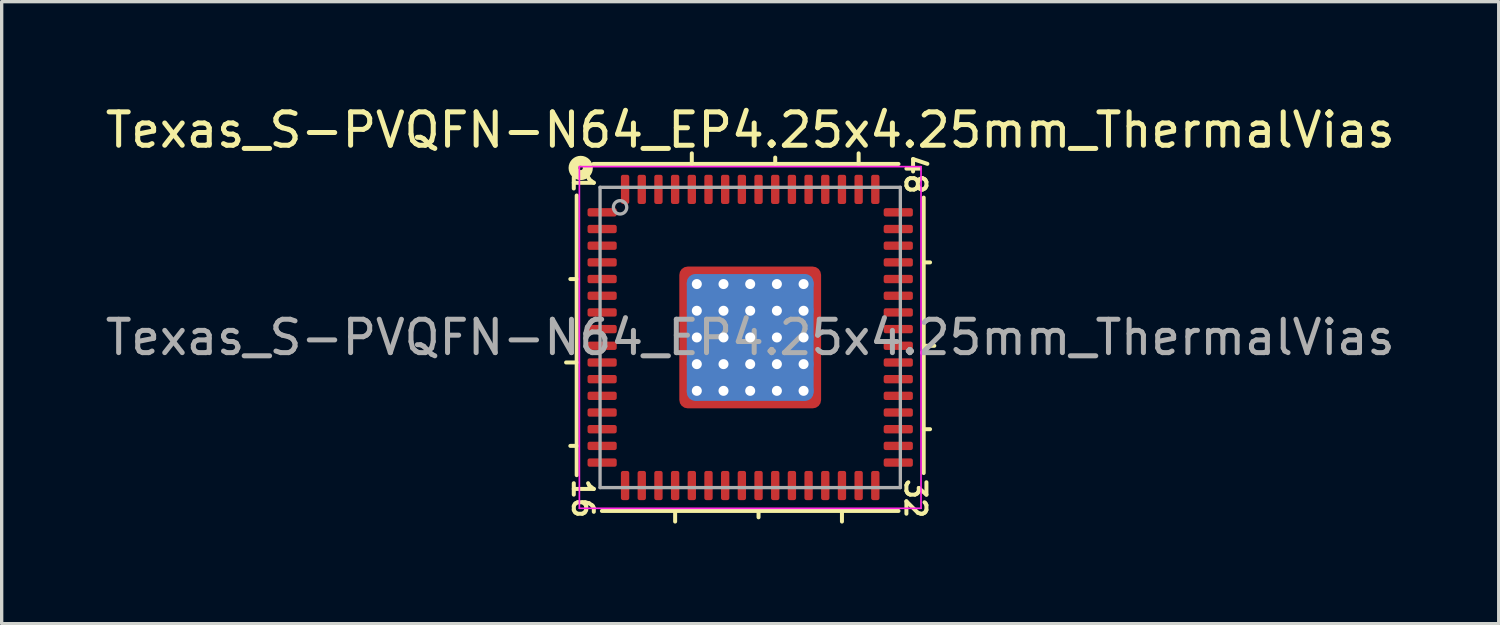
<source format=kicad_pcb>
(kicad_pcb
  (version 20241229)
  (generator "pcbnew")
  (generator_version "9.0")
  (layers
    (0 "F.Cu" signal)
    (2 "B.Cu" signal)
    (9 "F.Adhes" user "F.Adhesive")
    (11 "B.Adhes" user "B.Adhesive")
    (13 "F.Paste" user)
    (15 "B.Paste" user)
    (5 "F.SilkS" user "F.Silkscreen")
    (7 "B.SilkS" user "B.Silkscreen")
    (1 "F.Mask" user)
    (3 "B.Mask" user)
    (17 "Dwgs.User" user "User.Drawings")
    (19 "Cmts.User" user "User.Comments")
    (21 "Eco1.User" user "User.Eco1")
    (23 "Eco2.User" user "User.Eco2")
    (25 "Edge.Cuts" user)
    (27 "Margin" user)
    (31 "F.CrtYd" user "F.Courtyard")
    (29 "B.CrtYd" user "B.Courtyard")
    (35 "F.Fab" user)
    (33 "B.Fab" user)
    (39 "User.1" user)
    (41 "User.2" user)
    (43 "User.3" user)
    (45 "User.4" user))
  (footprint "Texas_S-PVQFN-N64_EP4.25x4.25mm_ThermalVias"
    (layer "F.Cu")
    (at 19.435 7.064)
    (property "Reference" "Texas_S-PVQFN-N64_EP4.25x4.25mm_ThermalVias" (at 0 -6.216 0) (layer "F.SilkS") (effects (font (size 1 1) (thickness 0.15))))
    (attr smd)
    (fp_line (start -5.2 -4.255) (end -5.2 4.128) (stroke (width 0.12) (type solid)) (layer "F.SilkS"))
    (fp_line (start -5.2 -1.75) (end -5.391 -1.75) (stroke (width 0.12) (type solid)) (layer "F.SilkS"))
    (fp_line (start -5.2 0.75) (end -5.518 0.75) (stroke (width 0.12) (type solid)) (layer "F.SilkS"))
    (fp_line (start -5.2 3.25) (end -5.391 3.25) (stroke (width 0.12) (type solid)) (layer "F.SilkS"))
    (fp_line (start -4.445 5.2) (end 4.445 5.2) (stroke (width 0.12) (type solid)) (layer "F.SilkS"))
    (fp_line (start -2.25 5.518) (end -2.25 5.2) (stroke (width 0.12) (type solid)) (layer "F.SilkS"))
    (fp_line (start -1.75 -5.2) (end -1.75 -5.518) (stroke (width 0.12) (type solid)) (layer "F.SilkS"))
    (fp_line (start 0.25 5.391) (end 0.25 5.2) (stroke (width 0.12) (type solid)) (layer "F.SilkS"))
    (fp_line (start 0.75 -5.2) (end 0.75 -5.391) (stroke (width 0.12) (type solid)) (layer "F.SilkS"))
    (fp_line (start 2.75 5.518) (end 2.75 5.2) (stroke (width 0.12) (type solid)) (layer "F.SilkS"))
    (fp_line (start 3.25 -5.2) (end 3.25 -5.518) (stroke (width 0.12) (type solid)) (layer "F.SilkS"))
    (fp_line (start 4.445 -5.2) (end -4.699 -5.2) (stroke (width 0.12) (type solid)) (layer "F.SilkS"))
    (fp_line (start 5.2 -2.25) (end 5.391 -2.25) (stroke (width 0.12) (type solid)) (layer "F.SilkS"))
    (fp_line (start 5.2 0.25) (end 5.518 0.25) (stroke (width 0.12) (type solid)) (layer "F.SilkS"))
    (fp_line (start 5.2 2.75) (end 5.391 2.75) (stroke (width 0.12) (type solid)) (layer "F.SilkS"))
    (fp_line (start 5.2 4.064) (end 5.2 -4.191) (stroke (width 0.12) (type solid)) (layer "F.SilkS"))
    (fp_circle (center -5.08 -5.08) (end -5.016 -5.08) (stroke (width 0.3) (type solid)) (fill no) (layer "F.SilkS"))
    (fp_line (start -5.12 -5.12) (end -5.12 5.12) (stroke (width 0.05) (type solid)) (layer "F.CrtYd"))
    (fp_line (start -5.12 5.12) (end 5.12 5.12) (stroke (width 0.05) (type solid)) (layer "F.CrtYd"))
    (fp_line (start 5.12 -5.12) (end -5.12 -5.12) (stroke (width 0.05) (type solid)) (layer "F.CrtYd"))
    (fp_line (start 5.12 5.12) (end 5.12 -5.12) (stroke (width 0.05) (type solid)) (layer "F.CrtYd"))
    (fp_line (start -4.5 -4.5) (end 4.5 -4.5) (stroke (width 0.1) (type solid)) (layer "F.Fab"))
    (fp_line (start -4.5 4.5) (end -4.5 -4.5) (stroke (width 0.1) (type solid)) (layer "F.Fab"))
    (fp_line (start 4.5 -4.5) (end 4.5 4.5) (stroke (width 0.1) (type solid)) (layer "F.Fab"))
    (fp_line (start 4.5 4.5) (end -4.5 4.5) (stroke (width 0.1) (type solid)) (layer "F.Fab"))
    (fp_circle (center -3.9 -3.9) (end -3.7 -3.9) (stroke (width 0.1) (type solid)) (fill no) (layer "F.Fab"))
    (fp_text user "1" (at -5.016 -4.636 270) (unlocked yes) (layer "F.SilkS") (effects (font (size 0.6 0.6) (thickness 0.12))))
    (fp_text user "32" (at 4.953 4.826 270) (unlocked yes) (layer "F.SilkS") (effects (font (size 0.6 0.6) (thickness 0.12))))
    (fp_text user "16" (at -5.016 4.826 270) (unlocked yes) (layer "F.SilkS") (effects (font (size 0.6 0.6) (thickness 0.12))))
    (fp_text user "48" (at 4.953 -4.889 270) (unlocked yes) (layer "F.SilkS") (effects (font (size 0.6 0.6) (thickness 0.12))))
    (fp_text user "${REFERENCE}" (at 0 0 0) (layer "F.Fab") (effects (font (size 1 1) (thickness 0.15))))
    (pad "" smd custom (at -1.863 -1.863) (size 0.295 0.295) (layers "F.Paste") (options (anchor circle)) (primitives (gr_poly (pts (xy 0.106 -0.013) (xy -0.013 0.106) (xy -0.106 0.106) (xy -0.106 -0.106) (xy 0.106 -0.106)) (width 0.212) (fill yes))))
    (pad "" smd custom (at -1.863 -1.2) (size 0.314 0.314) (layers "F.Paste") (options (anchor circle)) (primitives (gr_poly (pts (xy 0.106 -0.124) (xy 0.106 0.124) (xy 0.013 0.217) (xy -0.106 0.217) (xy -0.106 -0.217) (xy 0.013 -0.217)) (width 0.212) (fill yes))))
    (pad "" smd custom (at -1.863 -0.4) (size 0.314 0.314) (layers "F.Paste") (options (anchor circle)) (primitives (gr_poly (pts (xy 0.106 -0.124) (xy 0.106 0.124) (xy 0.013 0.217) (xy -0.106 0.217) (xy -0.106 -0.217) (xy 0.013 -0.217)) (width 0.212) (fill yes))))
    (pad "" smd custom (at -1.863 0.4) (size 0.314 0.314) (layers "F.Paste") (options (anchor circle)) (primitives (gr_poly (pts (xy 0.106 -0.124) (xy 0.106 0.124) (xy 0.013 0.217) (xy -0.106 0.217) (xy -0.106 -0.217) (xy 0.013 -0.217)) (width 0.212) (fill yes))))
    (pad "" smd custom (at -1.863 1.2) (size 0.314 0.314) (layers "F.Paste") (options (anchor circle)) (primitives (gr_poly (pts (xy 0.106 -0.124) (xy 0.106 0.124) (xy 0.013 0.217) (xy -0.106 0.217) (xy -0.106 -0.217) (xy 0.013 -0.217)) (width 0.212) (fill yes))))
    (pad "" smd custom (at -1.863 1.863) (size 0.295 0.295) (layers "F.Paste") (options (anchor circle)) (primitives (gr_poly (pts (xy 0.106 0.013) (xy 0.106 0.106) (xy -0.106 0.106) (xy -0.106 -0.106) (xy -0.013 -0.106)) (width 0.212) (fill yes))))
    (pad "" smd custom (at -1.2 -1.863) (size 0.314 0.314) (layers "F.Paste") (options (anchor circle)) (primitives (gr_poly (pts (xy 0.217 0.013) (xy 0.124 0.106) (xy -0.124 0.106) (xy -0.217 0.013) (xy -0.217 -0.106) (xy 0.217 -0.106)) (width 0.212) (fill yes))))
    (pad "" smd custom (at -1.2 -1.2) (size 0.555 0.555) (layers "F.Paste") (options (anchor circle)) (primitives (gr_poly (pts (xy 0.232 -0.157) (xy 0.232 0.157) (xy 0.157 0.232) (xy -0.157 0.232) (xy -0.232 0.157) (xy -0.232 -0.157) (xy -0.157 -0.232) (xy 0.157 -0.232)) (width 0.181) (fill yes))))
    (pad "" smd custom (at -1.2 -0.4) (size 0.555 0.555) (layers "F.Paste") (options (anchor circle)) (primitives (gr_poly (pts (xy 0.232 -0.157) (xy 0.232 0.157) (xy 0.157 0.232) (xy -0.157 0.232) (xy -0.232 0.157) (xy -0.232 -0.157) (xy -0.157 -0.232) (xy 0.157 -0.232)) (width 0.181) (fill yes))))
    (pad "" smd custom (at -1.2 0.4) (size 0.555 0.555) (layers "F.Paste") (options (anchor circle)) (primitives (gr_poly (pts (xy 0.232 -0.157) (xy 0.232 0.157) (xy 0.157 0.232) (xy -0.157 0.232) (xy -0.232 0.157) (xy -0.232 -0.157) (xy -0.157 -0.232) (xy 0.157 -0.232)) (width 0.181) (fill yes))))
    (pad "" smd custom (at -1.2 1.2) (size 0.555 0.555) (layers "F.Paste") (options (anchor circle)) (primitives (gr_poly (pts (xy 0.232 -0.157) (xy 0.232 0.157) (xy 0.157 0.232) (xy -0.157 0.232) (xy -0.232 0.157) (xy -0.232 -0.157) (xy -0.157 -0.232) (xy 0.157 -0.232)) (width 0.181) (fill yes))))
    (pad "" smd custom (at -1.2 1.863) (size 0.314 0.314) (layers "F.Paste") (options (anchor circle)) (primitives (gr_poly (pts (xy 0.217 -0.013) (xy 0.217 0.106) (xy -0.217 0.106) (xy -0.217 -0.013) (xy -0.124 -0.106) (xy 0.124 -0.106)) (width 0.212) (fill yes))))
    (pad "" smd custom (at -0.4 -1.863) (size 0.314 0.314) (layers "F.Paste") (options (anchor circle)) (primitives (gr_poly (pts (xy 0.217 0.013) (xy 0.124 0.106) (xy -0.124 0.106) (xy -0.217 0.013) (xy -0.217 -0.106) (xy 0.217 -0.106)) (width 0.212) (fill yes))))
    (pad "" smd custom (at -0.4 -1.2) (size 0.555 0.555) (layers "F.Paste") (options (anchor circle)) (primitives (gr_poly (pts (xy 0.232 -0.157) (xy 0.232 0.157) (xy 0.157 0.232) (xy -0.157 0.232) (xy -0.232 0.157) (xy -0.232 -0.157) (xy -0.157 -0.232) (xy 0.157 -0.232)) (width 0.181) (fill yes))))
    (pad "" smd custom (at -0.4 -0.4) (size 0.555 0.555) (layers "F.Paste") (options (anchor circle)) (primitives (gr_poly (pts (xy 0.232 -0.157) (xy 0.232 0.157) (xy 0.157 0.232) (xy -0.157 0.232) (xy -0.232 0.157) (xy -0.232 -0.157) (xy -0.157 -0.232) (xy 0.157 -0.232)) (width 0.181) (fill yes))))
    (pad "" smd custom (at -0.4 0.4) (size 0.555 0.555) (layers "F.Paste") (options (anchor circle)) (primitives (gr_poly (pts (xy 0.232 -0.157) (xy 0.232 0.157) (xy 0.157 0.232) (xy -0.157 0.232) (xy -0.232 0.157) (xy -0.232 -0.157) (xy -0.157 -0.232) (xy 0.157 -0.232)) (width 0.181) (fill yes))))
    (pad "" smd custom (at -0.4 1.2) (size 0.555 0.555) (layers "F.Paste") (options (anchor circle)) (primitives (gr_poly (pts (xy 0.232 -0.157) (xy 0.232 0.157) (xy 0.157 0.232) (xy -0.157 0.232) (xy -0.232 0.157) (xy -0.232 -0.157) (xy -0.157 -0.232) (xy 0.157 -0.232)) (width 0.181) (fill yes))))
    (pad "" smd custom (at -0.4 1.863) (size 0.314 0.314) (layers "F.Paste") (options (anchor circle)) (primitives (gr_poly (pts (xy 0.217 -0.013) (xy 0.217 0.106) (xy -0.217 0.106) (xy -0.217 -0.013) (xy -0.124 -0.106) (xy 0.124 -0.106)) (width 0.212) (fill yes))))
    (pad "" smd custom (at 0.4 -1.863) (size 0.314 0.314) (layers "F.Paste") (options (anchor circle)) (primitives (gr_poly (pts (xy 0.217 0.013) (xy 0.124 0.106) (xy -0.124 0.106) (xy -0.217 0.013) (xy -0.217 -0.106) (xy 0.217 -0.106)) (width 0.212) (fill yes))))
    (pad "" smd custom (at 0.4 -1.2) (size 0.555 0.555) (layers "F.Paste") (options (anchor circle)) (primitives (gr_poly (pts (xy 0.232 -0.157) (xy 0.232 0.157) (xy 0.157 0.232) (xy -0.157 0.232) (xy -0.232 0.157) (xy -0.232 -0.157) (xy -0.157 -0.232) (xy 0.157 -0.232)) (width 0.181) (fill yes))))
    (pad "" smd custom (at 0.4 -0.4) (size 0.555 0.555) (layers "F.Paste") (options (anchor circle)) (primitives (gr_poly (pts (xy 0.232 -0.157) (xy 0.232 0.157) (xy 0.157 0.232) (xy -0.157 0.232) (xy -0.232 0.157) (xy -0.232 -0.157) (xy -0.157 -0.232) (xy 0.157 -0.232)) (width 0.181) (fill yes))))
    (pad "" smd custom (at 0.4 0.4) (size 0.555 0.555) (layers "F.Paste") (options (anchor circle)) (primitives (gr_poly (pts (xy 0.232 -0.157) (xy 0.232 0.157) (xy 0.157 0.232) (xy -0.157 0.232) (xy -0.232 0.157) (xy -0.232 -0.157) (xy -0.157 -0.232) (xy 0.157 -0.232)) (width 0.181) (fill yes))))
    (pad "" smd custom (at 0.4 1.2) (size 0.555 0.555) (layers "F.Paste") (options (anchor circle)) (primitives (gr_poly (pts (xy 0.232 -0.157) (xy 0.232 0.157) (xy 0.157 0.232) (xy -0.157 0.232) (xy -0.232 0.157) (xy -0.232 -0.157) (xy -0.157 -0.232) (xy 0.157 -0.232)) (width 0.181) (fill yes))))
    (pad "" smd custom (at 0.4 1.863) (size 0.314 0.314) (layers "F.Paste") (options (anchor circle)) (primitives (gr_poly (pts (xy 0.217 -0.013) (xy 0.217 0.106) (xy -0.217 0.106) (xy -0.217 -0.013) (xy -0.124 -0.106) (xy 0.124 -0.106)) (width 0.212) (fill yes))))
    (pad "" smd custom (at 1.2 -1.863) (size 0.314 0.314) (layers "F.Paste") (options (anchor circle)) (primitives (gr_poly (pts (xy 0.217 0.013) (xy 0.124 0.106) (xy -0.124 0.106) (xy -0.217 0.013) (xy -0.217 -0.106) (xy 0.217 -0.106)) (width 0.212) (fill yes))))
    (pad "" smd custom (at 1.2 -1.2) (size 0.555 0.555) (layers "F.Paste") (options (anchor circle)) (primitives (gr_poly (pts (xy 0.232 -0.157) (xy 0.232 0.157) (xy 0.157 0.232) (xy -0.157 0.232) (xy -0.232 0.157) (xy -0.232 -0.157) (xy -0.157 -0.232) (xy 0.157 -0.232)) (width 0.181) (fill yes))))
    (pad "" smd custom (at 1.2 -0.4) (size 0.555 0.555) (layers "F.Paste") (options (anchor circle)) (primitives (gr_poly (pts (xy 0.232 -0.157) (xy 0.232 0.157) (xy 0.157 0.232) (xy -0.157 0.232) (xy -0.232 0.157) (xy -0.232 -0.157) (xy -0.157 -0.232) (xy 0.157 -0.232)) (width 0.181) (fill yes))))
    (pad "" smd custom (at 1.2 0.4) (size 0.555 0.555) (layers "F.Paste") (options (anchor circle)) (primitives (gr_poly (pts (xy 0.232 -0.157) (xy 0.232 0.157) (xy 0.157 0.232) (xy -0.157 0.232) (xy -0.232 0.157) (xy -0.232 -0.157) (xy -0.157 -0.232) (xy 0.157 -0.232)) (width 0.181) (fill yes))))
    (pad "" smd custom (at 1.2 1.2) (size 0.555 0.555) (layers "F.Paste") (options (anchor circle)) (primitives (gr_poly (pts (xy 0.232 -0.157) (xy 0.232 0.157) (xy 0.157 0.232) (xy -0.157 0.232) (xy -0.232 0.157) (xy -0.232 -0.157) (xy -0.157 -0.232) (xy 0.157 -0.232)) (width 0.181) (fill yes))))
    (pad "" smd custom (at 1.2 1.863) (size 0.314 0.314) (layers "F.Paste") (options (anchor circle)) (primitives (gr_poly (pts (xy 0.217 -0.013) (xy 0.217 0.106) (xy -0.217 0.106) (xy -0.217 -0.013) (xy -0.124 -0.106) (xy 0.124 -0.106)) (width 0.212) (fill yes))))
    (pad "" smd custom (at 1.863 -1.863) (size 0.295 0.295) (layers "F.Paste") (options (anchor circle)) (primitives (gr_poly (pts (xy 0.106 0.106) (xy 0.013 0.106) (xy -0.106 -0.013) (xy -0.106 -0.106) (xy 0.106 -0.106)) (width 0.212) (fill yes))))
    (pad "" smd custom (at 1.863 -1.2) (size 0.314 0.314) (layers "F.Paste") (options (anchor circle)) (primitives (gr_poly (pts (xy 0.106 0.217) (xy -0.013 0.217) (xy -0.106 0.124) (xy -0.106 -0.124) (xy -0.013 -0.217) (xy 0.106 -0.217)) (width 0.212) (fill yes))))
    (pad "" smd custom (at 1.863 -0.4) (size 0.314 0.314) (layers "F.Paste") (options (anchor circle)) (primitives (gr_poly (pts (xy 0.106 0.217) (xy -0.013 0.217) (xy -0.106 0.124) (xy -0.106 -0.124) (xy -0.013 -0.217) (xy 0.106 -0.217)) (width 0.212) (fill yes))))
    (pad "" smd custom (at 1.863 0.4) (size 0.314 0.314) (layers "F.Paste") (options (anchor circle)) (primitives (gr_poly (pts (xy 0.106 0.217) (xy -0.013 0.217) (xy -0.106 0.124) (xy -0.106 -0.124) (xy -0.013 -0.217) (xy 0.106 -0.217)) (width 0.212) (fill yes))))
    (pad "" smd custom (at 1.863 1.2) (size 0.314 0.314) (layers "F.Paste") (options (anchor circle)) (primitives (gr_poly (pts (xy 0.106 0.217) (xy -0.013 0.217) (xy -0.106 0.124) (xy -0.106 -0.124) (xy -0.013 -0.217) (xy 0.106 -0.217)) (width 0.212) (fill yes))))
    (pad "" smd custom (at 1.863 1.863) (size 0.295 0.295) (layers "F.Paste") (options (anchor circle)) (primitives (gr_poly (pts (xy 0.106 0.106) (xy -0.106 0.106) (xy -0.106 0.013) (xy 0.013 -0.106) (xy 0.106 -0.106)) (width 0.212) (fill yes))))
    (pad "1" smd roundrect (at -4.438 -3.75) (size 0.875 0.25) (layers "F.Cu" "F.Mask" "F.Paste") (roundrect_rratio 0.25))
    (pad "2" smd roundrect (at -4.438 -3.25) (size 0.875 0.25) (layers "F.Cu" "F.Mask" "F.Paste") (roundrect_rratio 0.25))
    (pad "3" smd roundrect (at -4.438 -2.75) (size 0.875 0.25) (layers "F.Cu" "F.Mask" "F.Paste") (roundrect_rratio 0.25))
    (pad "4" smd roundrect (at -4.438 -2.25) (size 0.875 0.25) (layers "F.Cu" "F.Mask" "F.Paste") (roundrect_rratio 0.25))
    (pad "5" smd roundrect (at -4.438 -1.75) (size 0.875 0.25) (layers "F.Cu" "F.Mask" "F.Paste") (roundrect_rratio 0.25))
    (pad "6" smd roundrect (at -4.438 -1.25) (size 0.875 0.25) (layers "F.Cu" "F.Mask" "F.Paste") (roundrect_rratio 0.25))
    (pad "7" smd roundrect (at -4.438 -0.75) (size 0.875 0.25) (layers "F.Cu" "F.Mask" "F.Paste") (roundrect_rratio 0.25))
    (pad "8" smd roundrect (at -4.438 -0.25) (size 0.875 0.25) (layers "F.Cu" "F.Mask" "F.Paste") (roundrect_rratio 0.25))
    (pad "9" smd roundrect (at -4.438 0.25) (size 0.875 0.25) (layers "F.Cu" "F.Mask" "F.Paste") (roundrect_rratio 0.25))
    (pad "10" smd roundrect (at -4.438 0.75) (size 0.875 0.25) (layers "F.Cu" "F.Mask" "F.Paste") (roundrect_rratio 0.25))
    (pad "11" smd roundrect (at -4.438 1.25) (size 0.875 0.25) (layers "F.Cu" "F.Mask" "F.Paste") (roundrect_rratio 0.25))
    (pad "12" smd roundrect (at -4.438 1.75) (size 0.875 0.25) (layers "F.Cu" "F.Mask" "F.Paste") (roundrect_rratio 0.25))
    (pad "13" smd roundrect (at -4.438 2.25) (size 0.875 0.25) (layers "F.Cu" "F.Mask" "F.Paste") (roundrect_rratio 0.25))
    (pad "14" smd roundrect (at -4.438 2.75) (size 0.875 0.25) (layers "F.Cu" "F.Mask" "F.Paste") (roundrect_rratio 0.25))
    (pad "15" smd roundrect (at -4.438 3.25) (size 0.875 0.25) (layers "F.Cu" "F.Mask" "F.Paste") (roundrect_rratio 0.25))
    (pad "16" smd roundrect (at -4.438 3.75) (size 0.875 0.25) (layers "F.Cu" "F.Mask" "F.Paste") (roundrect_rratio 0.25))
    (pad "17" smd roundrect (at -3.75 4.438) (size 0.25 0.875) (layers "F.Cu" "F.Mask" "F.Paste") (roundrect_rratio 0.25))
    (pad "18" smd roundrect (at -3.25 4.438) (size 0.25 0.875) (layers "F.Cu" "F.Mask" "F.Paste") (roundrect_rratio 0.25))
    (pad "19" smd roundrect (at -2.75 4.438) (size 0.25 0.875) (layers "F.Cu" "F.Mask" "F.Paste") (roundrect_rratio 0.25))
    (pad "20" smd roundrect (at -2.25 4.438) (size 0.25 0.875) (layers "F.Cu" "F.Mask" "F.Paste") (roundrect_rratio 0.25))
    (pad "21" smd roundrect (at -1.75 4.438) (size 0.25 0.875) (layers "F.Cu" "F.Mask" "F.Paste") (roundrect_rratio 0.25))
    (pad "22" smd roundrect (at -1.25 4.438) (size 0.25 0.875) (layers "F.Cu" "F.Mask" "F.Paste") (roundrect_rratio 0.25))
    (pad "23" smd roundrect (at -0.75 4.438) (size 0.25 0.875) (layers "F.Cu" "F.Mask" "F.Paste") (roundrect_rratio 0.25))
    (pad "24" smd roundrect (at -0.25 4.438) (size 0.25 0.875) (layers "F.Cu" "F.Mask" "F.Paste") (roundrect_rratio 0.25))
    (pad "25" smd roundrect (at 0.25 4.438) (size 0.25 0.875) (layers "F.Cu" "F.Mask" "F.Paste") (roundrect_rratio 0.25))
    (pad "26" smd roundrect (at 0.75 4.438) (size 0.25 0.875) (layers "F.Cu" "F.Mask" "F.Paste") (roundrect_rratio 0.25))
    (pad "27" smd roundrect (at 1.25 4.438) (size 0.25 0.875) (layers "F.Cu" "F.Mask" "F.Paste") (roundrect_rratio 0.25))
    (pad "28" smd roundrect (at 1.75 4.438) (size 0.25 0.875) (layers "F.Cu" "F.Mask" "F.Paste") (roundrect_rratio 0.25))
    (pad "29" smd roundrect (at 2.25 4.438) (size 0.25 0.875) (layers "F.Cu" "F.Mask" "F.Paste") (roundrect_rratio 0.25))
    (pad "30" smd roundrect (at 2.75 4.438) (size 0.25 0.875) (layers "F.Cu" "F.Mask" "F.Paste") (roundrect_rratio 0.25))
    (pad "31" smd roundrect (at 3.25 4.438) (size 0.25 0.875) (layers "F.Cu" "F.Mask" "F.Paste") (roundrect_rratio 0.25))
    (pad "32" smd roundrect (at 3.75 4.438) (size 0.25 0.875) (layers "F.Cu" "F.Mask" "F.Paste") (roundrect_rratio 0.25))
    (pad "33" smd roundrect (at 4.438 3.75) (size 0.875 0.25) (layers "F.Cu" "F.Mask" "F.Paste") (roundrect_rratio 0.25))
    (pad "34" smd roundrect (at 4.438 3.25) (size 0.875 0.25) (layers "F.Cu" "F.Mask" "F.Paste") (roundrect_rratio 0.25))
    (pad "35" smd roundrect (at 4.438 2.75) (size 0.875 0.25) (layers "F.Cu" "F.Mask" "F.Paste") (roundrect_rratio 0.25))
    (pad "36" smd roundrect (at 4.438 2.25) (size 0.875 0.25) (layers "F.Cu" "F.Mask" "F.Paste") (roundrect_rratio 0.25))
    (pad "37" smd roundrect (at 4.438 1.75) (size 0.875 0.25) (layers "F.Cu" "F.Mask" "F.Paste") (roundrect_rratio 0.25))
    (pad "38" smd roundrect (at 4.438 1.25) (size 0.875 0.25) (layers "F.Cu" "F.Mask" "F.Paste") (roundrect_rratio 0.25))
    (pad "39" smd roundrect (at 4.438 0.75) (size 0.875 0.25) (layers "F.Cu" "F.Mask" "F.Paste") (roundrect_rratio 0.25))
    (pad "40" smd roundrect (at 4.438 0.25) (size 0.875 0.25) (layers "F.Cu" "F.Mask" "F.Paste") (roundrect_rratio 0.25))
    (pad "41" smd roundrect (at 4.438 -0.25) (size 0.875 0.25) (layers "F.Cu" "F.Mask" "F.Paste") (roundrect_rratio 0.25))
    (pad "42" smd roundrect (at 4.438 -0.75) (size 0.875 0.25) (layers "F.Cu" "F.Mask" "F.Paste") (roundrect_rratio 0.25))
    (pad "43" smd roundrect (at 4.438 -1.25) (size 0.875 0.25) (layers "F.Cu" "F.Mask" "F.Paste") (roundrect_rratio 0.25))
    (pad "44" smd roundrect (at 4.438 -1.75) (size 0.875 0.25) (layers "F.Cu" "F.Mask" "F.Paste") (roundrect_rratio 0.25))
    (pad "45" smd roundrect (at 4.438 -2.25) (size 0.875 0.25) (layers "F.Cu" "F.Mask" "F.Paste") (roundrect_rratio 0.25))
    (pad "46" smd roundrect (at 4.438 -2.75) (size 0.875 0.25) (layers "F.Cu" "F.Mask" "F.Paste") (roundrect_rratio 0.25))
    (pad "47" smd roundrect (at 4.438 -3.25) (size 0.875 0.25) (layers "F.Cu" "F.Mask" "F.Paste") (roundrect_rratio 0.25))
    (pad "48" smd roundrect (at 4.438 -3.75) (size 0.875 0.25) (layers "F.Cu" "F.Mask" "F.Paste") (roundrect_rratio 0.25))
    (pad "49" smd roundrect (at 3.75 -4.438) (size 0.25 0.875) (layers "F.Cu" "F.Mask" "F.Paste") (roundrect_rratio 0.25))
    (pad "50" smd roundrect (at 3.25 -4.438) (size 0.25 0.875) (layers "F.Cu" "F.Mask" "F.Paste") (roundrect_rratio 0.25))
    (pad "51" smd roundrect (at 2.75 -4.438) (size 0.25 0.875) (layers "F.Cu" "F.Mask" "F.Paste") (roundrect_rratio 0.25))
    (pad "52" smd roundrect (at 2.25 -4.438) (size 0.25 0.875) (layers "F.Cu" "F.Mask" "F.Paste") (roundrect_rratio 0.25))
    (pad "53" smd roundrect (at 1.75 -4.438) (size 0.25 0.875) (layers "F.Cu" "F.Mask" "F.Paste") (roundrect_rratio 0.25))
    (pad "54" smd roundrect (at 1.25 -4.438) (size 0.25 0.875) (layers "F.Cu" "F.Mask" "F.Paste") (roundrect_rratio 0.25))
    (pad "55" smd roundrect (at 0.75 -4.438) (size 0.25 0.875) (layers "F.Cu" "F.Mask" "F.Paste") (roundrect_rratio 0.25))
    (pad "56" smd roundrect (at 0.25 -4.438) (size 0.25 0.875) (layers "F.Cu" "F.Mask" "F.Paste") (roundrect_rratio 0.25))
    (pad "57" smd roundrect (at -0.25 -4.438) (size 0.25 0.875) (layers "F.Cu" "F.Mask" "F.Paste") (roundrect_rratio 0.25))
    (pad "58" smd roundrect (at -0.75 -4.438) (size 0.25 0.875) (layers "F.Cu" "F.Mask" "F.Paste") (roundrect_rratio 0.25))
    (pad "59" smd roundrect (at -1.25 -4.438) (size 0.25 0.875) (layers "F.Cu" "F.Mask" "F.Paste") (roundrect_rratio 0.25))
    (pad "60" smd roundrect (at -1.75 -4.438) (size 0.25 0.875) (layers "F.Cu" "F.Mask" "F.Paste") (roundrect_rratio 0.25))
    (pad "61" smd roundrect (at -2.25 -4.438) (size 0.25 0.875) (layers "F.Cu" "F.Mask" "F.Paste") (roundrect_rratio 0.25))
    (pad "62" smd roundrect (at -2.75 -4.438) (size 0.25 0.875) (layers "F.Cu" "F.Mask" "F.Paste") (roundrect_rratio 0.25))
    (pad "63" smd roundrect (at -3.25 -4.438) (size 0.25 0.875) (layers "F.Cu" "F.Mask" "F.Paste") (roundrect_rratio 0.25))
    (pad "64" smd roundrect (at -3.75 -4.438) (size 0.25 0.875) (layers "F.Cu" "F.Mask" "F.Paste") (roundrect_rratio 0.25))
    (pad "65" thru_hole circle (at -1.6 -1.6) (size 0.6 0.6) (drill 0.3) (property pad_prop_heatsink) (layers "*.Cu"))
    (pad "65" thru_hole circle (at -1.6 -0.8) (size 0.6 0.6) (drill 0.3) (property pad_prop_heatsink) (layers "*.Cu"))
    (pad "65" thru_hole circle (at -1.6 0) (size 0.6 0.6) (drill 0.3) (property pad_prop_heatsink) (layers "*.Cu"))
    (pad "65" thru_hole circle (at -1.6 0.8) (size 0.6 0.6) (drill 0.3) (property pad_prop_heatsink) (layers "*.Cu"))
    (pad "65" thru_hole circle (at -1.6 1.6) (size 0.6 0.6) (drill 0.3) (property pad_prop_heatsink) (layers "*.Cu"))
    (pad "65" thru_hole circle (at -0.8 -1.6) (size 0.6 0.6) (drill 0.3) (property pad_prop_heatsink) (layers "*.Cu"))
    (pad "65" thru_hole circle (at -0.8 -0.8) (size 0.6 0.6) (drill 0.3) (property pad_prop_heatsink) (layers "*.Cu"))
    (pad "65" thru_hole circle (at -0.8 0) (size 0.6 0.6) (drill 0.3) (property pad_prop_heatsink) (layers "*.Cu"))
    (pad "65" thru_hole circle (at -0.8 0.8) (size 0.6 0.6) (drill 0.3) (property pad_prop_heatsink) (layers "*.Cu"))
    (pad "65" thru_hole circle (at -0.8 1.6) (size 0.6 0.6) (drill 0.3) (property pad_prop_heatsink) (layers "*.Cu"))
    (pad "65" thru_hole circle (at 0 -1.6) (size 0.6 0.6) (drill 0.3) (property pad_prop_heatsink) (layers "*.Cu"))
    (pad "65" thru_hole circle (at 0 -0.8) (size 0.6 0.6) (drill 0.3) (property pad_prop_heatsink) (layers "*.Cu"))
    (pad "65" thru_hole circle (at 0 0) (size 0.6 0.6) (drill 0.3) (property pad_prop_heatsink) (layers "*.Cu"))
    (pad "65" smd roundrect (at 0 0) (size 3.8 3.8) (layers "B.Cu" "B.Mask") (roundrect_rratio 0.066))
    (pad "65" smd roundrect (at 0 0) (size 4.25 4.25) (layers "F.Cu" "F.Mask") (roundrect_rratio 0.059))
    (pad "65" thru_hole circle (at 0 0.8) (size 0.6 0.6) (drill 0.3) (property pad_prop_heatsink) (layers "*.Cu"))
    (pad "65" thru_hole circle (at 0 1.6) (size 0.6 0.6) (drill 0.3) (property pad_prop_heatsink) (layers "*.Cu"))
    (pad "65" thru_hole circle (at 0.8 -1.6) (size 0.6 0.6) (drill 0.3) (property pad_prop_heatsink) (layers "*.Cu"))
    (pad "65" thru_hole circle (at 0.8 -0.8) (size 0.6 0.6) (drill 0.3) (property pad_prop_heatsink) (layers "*.Cu"))
    (pad "65" thru_hole circle (at 0.8 0) (size 0.6 0.6) (drill 0.3) (property pad_prop_heatsink) (layers "*.Cu"))
    (pad "65" thru_hole circle (at 0.8 0.8) (size 0.6 0.6) (drill 0.3) (property pad_prop_heatsink) (layers "*.Cu"))
    (pad "65" thru_hole circle (at 0.8 1.6) (size 0.6 0.6) (drill 0.3) (property pad_prop_heatsink) (layers "*.Cu"))
    (pad "65" thru_hole circle (at 1.6 -1.6) (size 0.6 0.6) (drill 0.3) (property pad_prop_heatsink) (layers "*.Cu"))
    (pad "65" thru_hole circle (at 1.6 -0.8) (size 0.6 0.6) (drill 0.3) (property pad_prop_heatsink) (layers "*.Cu"))
    (pad "65" thru_hole circle (at 1.6 0) (size 0.6 0.6) (drill 0.3) (property pad_prop_heatsink) (layers "*.Cu"))
    (pad "65" thru_hole circle (at 1.6 0.8) (size 0.6 0.6) (drill 0.3) (property pad_prop_heatsink) (layers "*.Cu"))
    (pad "65" thru_hole circle (at 1.6 1.6) (size 0.6 0.6) (drill 0.3) (property pad_prop_heatsink) (layers "*.Cu")))
  (gr_rect
    (start -3 -3)
    (end 41.869 15.642)
    (stroke (width 0.1) (type default))
    (fill no)
    (layer "Edge.Cuts")))
</source>
